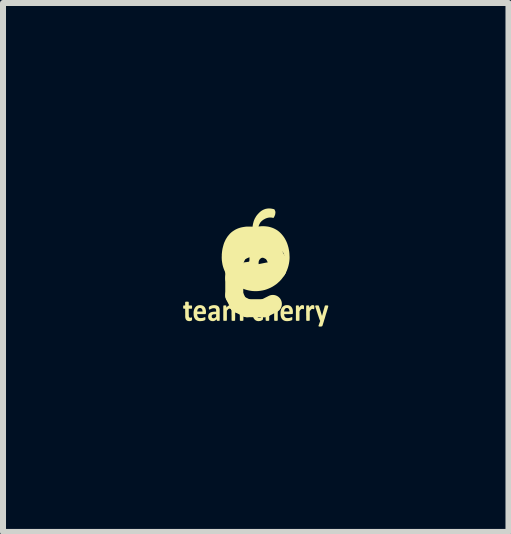
<source format=kicad_pcb>
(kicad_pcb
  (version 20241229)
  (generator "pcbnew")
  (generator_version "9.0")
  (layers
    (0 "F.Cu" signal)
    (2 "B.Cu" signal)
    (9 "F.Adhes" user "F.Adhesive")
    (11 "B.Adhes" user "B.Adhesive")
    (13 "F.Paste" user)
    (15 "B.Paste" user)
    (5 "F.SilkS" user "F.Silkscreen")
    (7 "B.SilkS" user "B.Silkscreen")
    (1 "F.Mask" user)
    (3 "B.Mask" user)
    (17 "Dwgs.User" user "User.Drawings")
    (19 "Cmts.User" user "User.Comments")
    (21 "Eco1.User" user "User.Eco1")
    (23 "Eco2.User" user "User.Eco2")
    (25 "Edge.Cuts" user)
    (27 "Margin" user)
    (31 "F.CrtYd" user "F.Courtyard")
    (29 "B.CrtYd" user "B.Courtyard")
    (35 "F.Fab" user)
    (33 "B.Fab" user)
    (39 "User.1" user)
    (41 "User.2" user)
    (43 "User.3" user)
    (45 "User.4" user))
  (footprint "e"
    (layer "F.Cu")
    (at 1.208 1.404)
    (property "Reference" "e" (at 0 0 0) (layer "F.SilkS") (effects (font (size 1.5 1.5) (thickness 0.3))))
    (attr board_only exclude_from_pos_files exclude_from_bom)
    (fp_poly (pts (xy 0.783 0.627) (xy 0.79 0.628) (xy 0.796 0.63) (xy 0.8 0.633) (xy 0.802 0.635) (xy 0.802 0.638) (xy 0.803 0.642) (xy 0.804 0.648) (xy 0.804 0.655) (xy 0.804 0.662) (xy 0.804 0.669) (xy 0.804 0.676) (xy 0.803 0.682) (xy 0.803 0.687) (xy 0.802 0.69) (xy 0.802 0.69) (xy 0.8 0.693) (xy 0.799 0.694) (xy 0.796 0.695) (xy 0.793 0.694) (xy 0.789 0.693) (xy 0.787 0.693) (xy 0.779 0.69) (xy 0.772 0.689) (xy 0.767 0.69) (xy 0.76 0.693) (xy 0.752 0.698) (xy 0.745 0.706) (xy 0.738 0.715) (xy 0.734 0.722) (xy 0.729 0.73) (xy 0.729 0.806) (xy 0.729 0.881) (xy 0.726 0.884) (xy 0.723 0.886) (xy 0.719 0.887) (xy 0.717 0.888) (xy 0.713 0.888) (xy 0.708 0.889) (xy 0.702 0.889) (xy 0.695 0.889) (xy 0.688 0.889) (xy 0.683 0.888) (xy 0.679 0.888) (xy 0.678 0.888) (xy 0.675 0.886) (xy 0.672 0.885) (xy 0.671 0.884) (xy 0.669 0.882) (xy 0.669 0.76) (xy 0.669 0.741) (xy 0.669 0.723) (xy 0.669 0.708) (xy 0.669 0.694) (xy 0.669 0.683) (xy 0.669 0.673) (xy 0.669 0.664) (xy 0.669 0.657) (xy 0.669 0.651) (xy 0.669 0.646) (xy 0.669 0.643) (xy 0.67 0.64) (xy 0.67 0.638) (xy 0.67 0.637) (xy 0.67 0.636) (xy 0.67 0.636) (xy 0.672 0.635) (xy 0.676 0.633) (xy 0.677 0.633) (xy 0.681 0.632) (xy 0.686 0.631) (xy 0.692 0.631) (xy 0.699 0.631) (xy 0.705 0.632) (xy 0.709 0.632) (xy 0.711 0.632) (xy 0.714 0.633) (xy 0.716 0.635) (xy 0.718 0.637) (xy 0.719 0.64) (xy 0.719 0.644) (xy 0.719 0.65) (xy 0.72 0.654) (xy 0.72 0.67) (xy 0.726 0.66) (xy 0.732 0.653) (xy 0.738 0.646) (xy 0.744 0.64) (xy 0.75 0.635) (xy 0.755 0.631) (xy 0.756 0.631) (xy 0.762 0.629) (xy 0.769 0.627) (xy 0.776 0.627)) (stroke (width 0) (type solid)) (fill yes) (layer "F.SilkS"))
    (fp_poly (pts (xy 0.961 0.628) (xy 0.968 0.631) (xy 0.97 0.632) (xy 0.972 0.634) (xy 0.974 0.636) (xy 0.975 0.638) (xy 0.975 0.642) (xy 0.976 0.648) (xy 0.976 0.655) (xy 0.976 0.664) (xy 0.976 0.665) (xy 0.976 0.674) (xy 0.975 0.682) (xy 0.974 0.687) (xy 0.973 0.691) (xy 0.972 0.693) (xy 0.969 0.695) (xy 0.966 0.695) (xy 0.962 0.694) (xy 0.958 0.692) (xy 0.949 0.69) (xy 0.941 0.69) (xy 0.934 0.692) (xy 0.933 0.692) (xy 0.928 0.696) (xy 0.922 0.701) (xy 0.917 0.707) (xy 0.911 0.714) (xy 0.907 0.72) (xy 0.9 0.731) (xy 0.9 0.806) (xy 0.9 0.821) (xy 0.9 0.834) (xy 0.9 0.845) (xy 0.9 0.855) (xy 0.9 0.862) (xy 0.9 0.868) (xy 0.9 0.873) (xy 0.9 0.877) (xy 0.899 0.88) (xy 0.899 0.882) (xy 0.898 0.884) (xy 0.897 0.885) (xy 0.896 0.885) (xy 0.895 0.886) (xy 0.894 0.886) (xy 0.893 0.887) (xy 0.891 0.887) (xy 0.887 0.888) (xy 0.882 0.888) (xy 0.876 0.888) (xy 0.87 0.889) (xy 0.864 0.889) (xy 0.858 0.889) (xy 0.854 0.888) (xy 0.851 0.888) (xy 0.846 0.886) (xy 0.842 0.883) (xy 0.842 0.882) (xy 0.841 0.881) (xy 0.841 0.877) (xy 0.841 0.872) (xy 0.841 0.865) (xy 0.841 0.856) (xy 0.841 0.846) (xy 0.841 0.835) (xy 0.841 0.823) (xy 0.841 0.81) (xy 0.84 0.796) (xy 0.84 0.782) (xy 0.84 0.768) (xy 0.84 0.754) (xy 0.84 0.739) (xy 0.84 0.725) (xy 0.84 0.711) (xy 0.84 0.698) (xy 0.84 0.686) (xy 0.84 0.675) (xy 0.841 0.665) (xy 0.841 0.656) (xy 0.841 0.649) (xy 0.841 0.643) (xy 0.841 0.639) (xy 0.841 0.638) (xy 0.841 0.638) (xy 0.843 0.635) (xy 0.847 0.633) (xy 0.854 0.632) (xy 0.857 0.631) (xy 0.864 0.631) (xy 0.871 0.631) (xy 0.877 0.632) (xy 0.883 0.633) (xy 0.887 0.634) (xy 0.888 0.635) (xy 0.889 0.636) (xy 0.89 0.637) (xy 0.89 0.638) (xy 0.891 0.641) (xy 0.891 0.645) (xy 0.891 0.65) (xy 0.891 0.653) (xy 0.892 0.67) (xy 0.899 0.66) (xy 0.904 0.653) (xy 0.91 0.646) (xy 0.917 0.64) (xy 0.922 0.635) (xy 0.928 0.631) (xy 0.928 0.631) (xy 0.936 0.628) (xy 0.944 0.627) (xy 0.953 0.627)) (stroke (width 0) (type solid)) (fill yes) (layer "F.SilkS"))
    (fp_poly (pts (xy 0.067 0.627) (xy 0.075 0.629) (xy 0.084 0.631) (xy 0.092 0.634) (xy 0.101 0.638) (xy 0.108 0.642) (xy 0.113 0.646) (xy 0.117 0.65) (xy 0.119 0.655) (xy 0.12 0.661) (xy 0.121 0.668) (xy 0.122 0.677) (xy 0.121 0.685) (xy 0.121 0.688) (xy 0.12 0.695) (xy 0.118 0.701) (xy 0.116 0.704) (xy 0.113 0.705) (xy 0.109 0.704) (xy 0.104 0.701) (xy 0.096 0.695) (xy 0.09 0.691) (xy 0.085 0.688) (xy 0.08 0.685) (xy 0.076 0.683) (xy 0.071 0.682) (xy 0.067 0.682) (xy 0.062 0.682) (xy 0.06 0.682) (xy 0.054 0.682) (xy 0.05 0.682) (xy 0.047 0.682) (xy 0.045 0.683) (xy 0.041 0.685) (xy 0.04 0.685) (xy 0.034 0.689) (xy 0.029 0.694) (xy 0.024 0.7) (xy 0.022 0.705) (xy 0.018 0.714) (xy 0.015 0.724) (xy 0.013 0.736) (xy 0.012 0.749) (xy 0.011 0.762) (xy 0.012 0.775) (xy 0.013 0.787) (xy 0.016 0.799) (xy 0.019 0.809) (xy 0.021 0.814) (xy 0.025 0.82) (xy 0.03 0.825) (xy 0.035 0.83) (xy 0.041 0.834) (xy 0.041 0.834) (xy 0.044 0.835) (xy 0.047 0.836) (xy 0.05 0.836) (xy 0.054 0.836) (xy 0.06 0.836) (xy 0.066 0.836) (xy 0.07 0.836) (xy 0.074 0.836) (xy 0.076 0.835) (xy 0.079 0.834) (xy 0.082 0.832) (xy 0.087 0.83) (xy 0.092 0.826) (xy 0.098 0.822) (xy 0.102 0.82) (xy 0.107 0.815) (xy 0.111 0.813) (xy 0.114 0.811) (xy 0.116 0.811) (xy 0.118 0.813) (xy 0.119 0.814) (xy 0.12 0.815) (xy 0.121 0.817) (xy 0.121 0.82) (xy 0.121 0.823) (xy 0.121 0.828) (xy 0.121 0.835) (xy 0.121 0.84) (xy 0.121 0.848) (xy 0.121 0.854) (xy 0.121 0.858) (xy 0.121 0.861) (xy 0.12 0.864) (xy 0.12 0.865) (xy 0.119 0.866) (xy 0.116 0.87) (xy 0.111 0.874) (xy 0.105 0.878) (xy 0.097 0.882) (xy 0.089 0.886) (xy 0.081 0.889) (xy 0.079 0.89) (xy 0.071 0.891) (xy 0.062 0.892) (xy 0.052 0.893) (xy 0.043 0.893) (xy 0.034 0.893) (xy 0.032 0.892) (xy 0.018 0.889) (xy 0.005 0.884) (xy -0.006 0.877) (xy -0.017 0.868) (xy -0.026 0.857) (xy -0.034 0.845) (xy -0.04 0.831) (xy -0.041 0.829) (xy -0.043 0.821) (xy -0.045 0.814) (xy -0.047 0.807) (xy -0.048 0.799) (xy -0.048 0.791) (xy -0.049 0.781) (xy -0.049 0.77) (xy -0.049 0.764) (xy -0.049 0.753) (xy -0.049 0.743) (xy -0.048 0.735) (xy -0.048 0.728) (xy -0.047 0.722) (xy -0.045 0.715) (xy -0.044 0.709) (xy -0.042 0.702) (xy -0.036 0.687) (xy -0.029 0.673) (xy -0.02 0.661) (xy -0.01 0.65) (xy 0.001 0.642) (xy 0.014 0.635) (xy 0.025 0.631) (xy 0.035 0.629) (xy 0.046 0.627) (xy 0.057 0.627)) (stroke (width 0) (type solid)) (fill yes) (layer "F.SilkS"))
    (fp_poly (pts (xy -0.916 0.627) (xy -0.908 0.628) (xy -0.903 0.629) (xy -0.889 0.633) (xy -0.876 0.638) (xy -0.865 0.646) (xy -0.855 0.655) (xy -0.847 0.666) (xy -0.84 0.678) (xy -0.835 0.693) (xy -0.831 0.708) (xy -0.829 0.72) (xy -0.829 0.726) (xy -0.828 0.733) (xy -0.828 0.741) (xy -0.828 0.748) (xy -0.828 0.748) (xy -0.828 0.756) (xy -0.829 0.762) (xy -0.83 0.766) (xy -0.831 0.769) (xy -0.833 0.772) (xy -0.836 0.774) (xy -0.837 0.775) (xy -0.841 0.777) (xy -0.908 0.777) (xy -0.975 0.777) (xy -0.974 0.785) (xy -0.972 0.798) (xy -0.969 0.81) (xy -0.965 0.819) (xy -0.959 0.828) (xy -0.951 0.834) (xy -0.942 0.839) (xy -0.932 0.842) (xy -0.926 0.842) (xy -0.919 0.843) (xy -0.91 0.842) (xy -0.9 0.842) (xy -0.891 0.84) (xy -0.882 0.839) (xy -0.873 0.836) (xy -0.862 0.832) (xy -0.86 0.831) (xy -0.854 0.829) (xy -0.849 0.828) (xy -0.846 0.827) (xy -0.844 0.827) (xy -0.842 0.828) (xy -0.841 0.829) (xy -0.84 0.83) (xy -0.839 0.832) (xy -0.839 0.834) (xy -0.839 0.838) (xy -0.838 0.843) (xy -0.838 0.849) (xy -0.838 0.855) (xy -0.838 0.86) (xy -0.838 0.864) (xy -0.839 0.866) (xy -0.839 0.868) (xy -0.84 0.87) (xy -0.841 0.871) (xy -0.843 0.874) (xy -0.846 0.877) (xy -0.851 0.88) (xy -0.857 0.882) (xy -0.865 0.885) (xy -0.874 0.888) (xy -0.883 0.89) (xy -0.892 0.891) (xy -0.902 0.892) (xy -0.912 0.893) (xy -0.918 0.893) (xy -0.925 0.893) (xy -0.931 0.893) (xy -0.936 0.893) (xy -0.939 0.893) (xy -0.941 0.893) (xy -0.941 0.893) (xy -0.943 0.893) (xy -0.946 0.892) (xy -0.95 0.891) (xy -0.951 0.891) (xy -0.966 0.888) (xy -0.979 0.882) (xy -0.991 0.875) (xy -1.002 0.867) (xy -1.011 0.856) (xy -1.019 0.844) (xy -1.019 0.843) (xy -1.024 0.834) (xy -1.027 0.825) (xy -1.03 0.815) (xy -1.032 0.805) (xy -1.033 0.794) (xy -1.034 0.781) (xy -1.034 0.771) (xy -1.035 0.759) (xy -1.034 0.748) (xy -1.034 0.739) (xy -1.033 0.734) (xy -0.974 0.734) (xy -0.93 0.734) (xy -0.885 0.734) (xy -0.886 0.724) (xy -0.888 0.712) (xy -0.89 0.701) (xy -0.894 0.693) (xy -0.9 0.686) (xy -0.906 0.68) (xy -0.91 0.678) (xy -0.916 0.676) (xy -0.923 0.675) (xy -0.931 0.674) (xy -0.939 0.675) (xy -0.943 0.677) (xy -0.951 0.681) (xy -0.958 0.687) (xy -0.964 0.694) (xy -0.968 0.704) (xy -0.972 0.714) (xy -0.973 0.725) (xy -0.973 0.725) (xy -0.974 0.734) (xy -1.033 0.734) (xy -1.033 0.73) (xy -1.031 0.722) (xy -1.029 0.713) (xy -1.029 0.711) (xy -1.024 0.695) (xy -1.017 0.68) (xy -1.009 0.667) (xy -1 0.656) (xy -0.99 0.646) (xy -0.978 0.638) (xy -0.965 0.633) (xy -0.951 0.629) (xy -0.943 0.628) (xy -0.934 0.627) (xy -0.925 0.627)) (stroke (width 0) (type solid)) (fill yes) (layer "F.SilkS"))
    (fp_poly (pts (xy -1.136 0.569) (xy -1.13 0.569) (xy -1.125 0.57) (xy -1.121 0.572) (xy -1.118 0.573) (xy -1.117 0.575) (xy -1.116 0.576) (xy -1.116 0.577) (xy -1.115 0.579) (xy -1.115 0.581) (xy -1.115 0.585) (xy -1.115 0.589) (xy -1.115 0.596) (xy -1.115 0.605) (xy -1.115 0.605) (xy -1.115 0.633) (xy -1.091 0.633) (xy -1.083 0.633) (xy -1.077 0.633) (xy -1.072 0.633) (xy -1.069 0.633) (xy -1.067 0.633) (xy -1.066 0.634) (xy -1.065 0.634) (xy -1.064 0.635) (xy -1.063 0.637) (xy -1.061 0.64) (xy -1.061 0.644) (xy -1.06 0.649) (xy -1.06 0.656) (xy -1.06 0.659) (xy -1.06 0.667) (xy -1.061 0.673) (xy -1.061 0.677) (xy -1.062 0.68) (xy -1.064 0.683) (xy -1.064 0.684) (xy -1.066 0.687) (xy -1.091 0.687) (xy -1.115 0.687) (xy -1.115 0.751) (xy -1.115 0.765) (xy -1.114 0.776) (xy -1.114 0.786) (xy -1.114 0.794) (xy -1.114 0.801) (xy -1.114 0.806) (xy -1.114 0.81) (xy -1.114 0.813) (xy -1.113 0.816) (xy -1.113 0.818) (xy -1.113 0.819) (xy -1.112 0.821) (xy -1.112 0.821) (xy -1.109 0.828) (xy -1.104 0.832) (xy -1.098 0.835) (xy -1.091 0.837) (xy -1.083 0.836) (xy -1.074 0.833) (xy -1.072 0.832) (xy -1.068 0.831) (xy -1.065 0.831) (xy -1.063 0.832) (xy -1.062 0.836) (xy -1.061 0.841) (xy -1.06 0.846) (xy -1.06 0.853) (xy -1.06 0.86) (xy -1.06 0.867) (xy -1.061 0.873) (xy -1.062 0.877) (xy -1.062 0.877) (xy -1.065 0.881) (xy -1.069 0.885) (xy -1.076 0.888) (xy -1.085 0.891) (xy -1.095 0.892) (xy -1.1 0.893) (xy -1.104 0.893) (xy -1.107 0.893) (xy -1.11 0.893) (xy -1.114 0.893) (xy -1.118 0.892) (xy -1.13 0.89) (xy -1.14 0.886) (xy -1.15 0.88) (xy -1.157 0.873) (xy -1.164 0.863) (xy -1.168 0.852) (xy -1.172 0.841) (xy -1.172 0.839) (xy -1.172 0.837) (xy -1.173 0.835) (xy -1.173 0.832) (xy -1.173 0.828) (xy -1.174 0.824) (xy -1.174 0.819) (xy -1.174 0.813) (xy -1.174 0.806) (xy -1.174 0.797) (xy -1.174 0.787) (xy -1.174 0.774) (xy -1.174 0.76) (xy -1.174 0.759) (xy -1.175 0.687) (xy -1.189 0.687) (xy -1.203 0.686) (xy -1.206 0.682) (xy -1.207 0.68) (xy -1.207 0.678) (xy -1.208 0.675) (xy -1.208 0.67) (xy -1.208 0.664) (xy -1.208 0.663) (xy -1.208 0.653) (xy -1.208 0.646) (xy -1.207 0.64) (xy -1.206 0.636) (xy -1.204 0.635) (xy -1.203 0.634) (xy -1.202 0.633) (xy -1.199 0.633) (xy -1.195 0.633) (xy -1.189 0.633) (xy -1.189 0.633) (xy -1.175 0.633) (xy -1.175 0.605) (xy -1.175 0.596) (xy -1.175 0.59) (xy -1.175 0.585) (xy -1.174 0.581) (xy -1.174 0.579) (xy -1.174 0.577) (xy -1.173 0.576) (xy -1.172 0.575) (xy -1.172 0.575) (xy -1.17 0.572) (xy -1.167 0.571) (xy -1.163 0.57) (xy -1.157 0.569) (xy -1.149 0.569) (xy -1.145 0.569)) (stroke (width 0) (type solid)) (fill yes) (layer "F.SilkS"))
    (fp_poly (pts (xy 0.203 0.518) (xy 0.21 0.519) (xy 0.215 0.52) (xy 0.219 0.521) (xy 0.222 0.523) (xy 0.225 0.525) (xy 0.225 0.593) (xy 0.225 0.66) (xy 0.233 0.652) (xy 0.244 0.643) (xy 0.255 0.636) (xy 0.266 0.631) (xy 0.272 0.629) (xy 0.278 0.627) (xy 0.286 0.627) (xy 0.294 0.627) (xy 0.302 0.627) (xy 0.309 0.628) (xy 0.31 0.629) (xy 0.322 0.633) (xy 0.332 0.639) (xy 0.341 0.646) (xy 0.349 0.656) (xy 0.355 0.667) (xy 0.36 0.68) (xy 0.364 0.695) (xy 0.366 0.711) (xy 0.366 0.715) (xy 0.366 0.721) (xy 0.367 0.729) (xy 0.367 0.739) (xy 0.367 0.751) (xy 0.367 0.763) (xy 0.367 0.778) (xy 0.367 0.793) (xy 0.367 0.803) (xy 0.367 0.818) (xy 0.367 0.831) (xy 0.367 0.843) (xy 0.367 0.852) (xy 0.367 0.86) (xy 0.367 0.866) (xy 0.367 0.872) (xy 0.367 0.875) (xy 0.366 0.878) (xy 0.366 0.88) (xy 0.366 0.882) (xy 0.366 0.883) (xy 0.365 0.883) (xy 0.363 0.885) (xy 0.359 0.887) (xy 0.353 0.888) (xy 0.346 0.889) (xy 0.336 0.889) (xy 0.334 0.889) (xy 0.327 0.889) (xy 0.321 0.888) (xy 0.317 0.888) (xy 0.314 0.887) (xy 0.312 0.885) (xy 0.309 0.884) (xy 0.309 0.884) (xy 0.309 0.883) (xy 0.308 0.882) (xy 0.308 0.881) (xy 0.308 0.879) (xy 0.308 0.877) (xy 0.308 0.873) (xy 0.307 0.869) (xy 0.307 0.863) (xy 0.307 0.855) (xy 0.307 0.846) (xy 0.307 0.836) (xy 0.307 0.823) (xy 0.307 0.809) (xy 0.307 0.808) (xy 0.307 0.793) (xy 0.307 0.779) (xy 0.307 0.766) (xy 0.307 0.754) (xy 0.307 0.744) (xy 0.307 0.736) (xy 0.306 0.73) (xy 0.306 0.726) (xy 0.306 0.724) (xy 0.304 0.713) (xy 0.301 0.704) (xy 0.296 0.696) (xy 0.29 0.691) (xy 0.283 0.687) (xy 0.276 0.685) (xy 0.272 0.685) (xy 0.267 0.685) (xy 0.263 0.686) (xy 0.258 0.688) (xy 0.252 0.692) (xy 0.246 0.697) (xy 0.239 0.704) (xy 0.232 0.712) (xy 0.231 0.713) (xy 0.225 0.721) (xy 0.225 0.802) (xy 0.225 0.882) (xy 0.222 0.884) (xy 0.22 0.886) (xy 0.216 0.887) (xy 0.215 0.888) (xy 0.211 0.888) (xy 0.205 0.889) (xy 0.198 0.889) (xy 0.192 0.889) (xy 0.185 0.889) (xy 0.179 0.888) (xy 0.175 0.887) (xy 0.175 0.887) (xy 0.171 0.886) (xy 0.168 0.884) (xy 0.167 0.883) (xy 0.167 0.883) (xy 0.166 0.882) (xy 0.166 0.881) (xy 0.166 0.88) (xy 0.166 0.878) (xy 0.166 0.876) (xy 0.166 0.873) (xy 0.165 0.869) (xy 0.165 0.864) (xy 0.165 0.858) (xy 0.165 0.851) (xy 0.165 0.843) (xy 0.165 0.834) (xy 0.165 0.823) (xy 0.165 0.81) (xy 0.165 0.796) (xy 0.165 0.78) (xy 0.165 0.762) (xy 0.165 0.742) (xy 0.165 0.72) (xy 0.165 0.703) (xy 0.165 0.525) (xy 0.168 0.523) (xy 0.171 0.521) (xy 0.175 0.52) (xy 0.181 0.519) (xy 0.188 0.518) (xy 0.195 0.518)) (stroke (width 0) (type solid)) (fill yes) (layer "F.SilkS"))
    (fp_poly (pts (xy 0.536 0.627) (xy 0.549 0.629) (xy 0.56 0.633) (xy 0.571 0.638) (xy 0.581 0.645) (xy 0.587 0.65) (xy 0.596 0.66) (xy 0.603 0.67) (xy 0.609 0.682) (xy 0.614 0.695) (xy 0.617 0.709) (xy 0.619 0.726) (xy 0.619 0.743) (xy 0.619 0.751) (xy 0.619 0.756) (xy 0.619 0.76) (xy 0.619 0.763) (xy 0.618 0.765) (xy 0.618 0.767) (xy 0.617 0.767) (xy 0.615 0.771) (xy 0.612 0.774) (xy 0.612 0.774) (xy 0.611 0.775) (xy 0.61 0.775) (xy 0.609 0.775) (xy 0.608 0.776) (xy 0.605 0.776) (xy 0.602 0.776) (xy 0.598 0.776) (xy 0.593 0.776) (xy 0.586 0.777) (xy 0.578 0.777) (xy 0.568 0.777) (xy 0.557 0.777) (xy 0.543 0.777) (xy 0.541 0.777) (xy 0.473 0.777) (xy 0.474 0.786) (xy 0.476 0.799) (xy 0.479 0.81) (xy 0.483 0.82) (xy 0.489 0.828) (xy 0.497 0.834) (xy 0.505 0.839) (xy 0.514 0.841) (xy 0.518 0.842) (xy 0.522 0.842) (xy 0.527 0.842) (xy 0.534 0.842) (xy 0.538 0.842) (xy 0.547 0.842) (xy 0.555 0.841) (xy 0.562 0.84) (xy 0.57 0.838) (xy 0.578 0.835) (xy 0.586 0.832) (xy 0.593 0.829) (xy 0.598 0.828) (xy 0.601 0.827) (xy 0.604 0.827) (xy 0.606 0.828) (xy 0.607 0.829) (xy 0.607 0.83) (xy 0.608 0.831) (xy 0.609 0.833) (xy 0.609 0.836) (xy 0.609 0.841) (xy 0.609 0.846) (xy 0.609 0.85) (xy 0.609 0.858) (xy 0.609 0.864) (xy 0.608 0.869) (xy 0.607 0.872) (xy 0.605 0.875) (xy 0.602 0.877) (xy 0.599 0.879) (xy 0.591 0.882) (xy 0.582 0.885) (xy 0.571 0.888) (xy 0.562 0.89) (xy 0.555 0.891) (xy 0.547 0.892) (xy 0.537 0.893) (xy 0.527 0.893) (xy 0.518 0.893) (xy 0.509 0.893) (xy 0.502 0.892) (xy 0.5 0.892) (xy 0.485 0.889) (xy 0.472 0.884) (xy 0.46 0.878) (xy 0.449 0.87) (xy 0.444 0.864) (xy 0.436 0.855) (xy 0.429 0.844) (xy 0.423 0.831) (xy 0.419 0.817) (xy 0.415 0.801) (xy 0.415 0.798) (xy 0.414 0.791) (xy 0.413 0.782) (xy 0.413 0.772) (xy 0.413 0.761) (xy 0.413 0.751) (xy 0.413 0.742) (xy 0.414 0.734) (xy 0.473 0.734) (xy 0.517 0.734) (xy 0.561 0.734) (xy 0.561 0.725) (xy 0.561 0.714) (xy 0.558 0.704) (xy 0.554 0.695) (xy 0.549 0.687) (xy 0.543 0.681) (xy 0.538 0.678) (xy 0.535 0.677) (xy 0.532 0.676) (xy 0.529 0.675) (xy 0.525 0.675) (xy 0.519 0.675) (xy 0.519 0.675) (xy 0.513 0.675) (xy 0.509 0.675) (xy 0.506 0.676) (xy 0.504 0.676) (xy 0.501 0.678) (xy 0.501 0.678) (xy 0.493 0.683) (xy 0.486 0.691) (xy 0.481 0.7) (xy 0.477 0.71) (xy 0.474 0.722) (xy 0.474 0.727) (xy 0.473 0.734) (xy 0.414 0.734) (xy 0.414 0.734) (xy 0.414 0.732) (xy 0.418 0.714) (xy 0.423 0.697) (xy 0.429 0.682) (xy 0.437 0.669) (xy 0.447 0.657) (xy 0.448 0.655) (xy 0.459 0.646) (xy 0.47 0.639) (xy 0.481 0.633) (xy 0.494 0.629) (xy 0.508 0.627) (xy 0.521 0.627)) (stroke (width 0) (type solid)) (fill yes) (layer "F.SilkS"))
    (fp_poly (pts (xy -0.679 0.627) (xy -0.665 0.629) (xy -0.653 0.631) (xy -0.642 0.635) (xy -0.633 0.64) (xy -0.624 0.646) (xy -0.622 0.649) (xy -0.616 0.655) (xy -0.611 0.662) (xy -0.608 0.669) (xy -0.604 0.679) (xy -0.603 0.682) (xy -0.6 0.693) (xy -0.6 0.788) (xy -0.6 0.884) (xy -0.604 0.886) (xy -0.605 0.887) (xy -0.607 0.888) (xy -0.61 0.888) (xy -0.614 0.889) (xy -0.62 0.889) (xy -0.629 0.889) (xy -0.635 0.889) (xy -0.64 0.888) (xy -0.644 0.887) (xy -0.646 0.886) (xy -0.646 0.885) (xy -0.647 0.884) (xy -0.648 0.882) (xy -0.648 0.879) (xy -0.648 0.875) (xy -0.648 0.873) (xy -0.648 0.868) (xy -0.648 0.864) (xy -0.649 0.862) (xy -0.649 0.862) (xy -0.65 0.863) (xy -0.652 0.865) (xy -0.655 0.867) (xy -0.657 0.869) (xy -0.668 0.878) (xy -0.679 0.885) (xy -0.69 0.89) (xy -0.694 0.891) (xy -0.698 0.892) (xy -0.702 0.893) (xy -0.707 0.893) (xy -0.713 0.893) (xy -0.723 0.893) (xy -0.731 0.892) (xy -0.735 0.892) (xy -0.748 0.888) (xy -0.759 0.882) (xy -0.769 0.875) (xy -0.777 0.867) (xy -0.783 0.857) (xy -0.788 0.846) (xy -0.79 0.838) (xy -0.791 0.83) (xy -0.792 0.82) (xy -0.792 0.812) (xy -0.733 0.812) (xy -0.733 0.819) (xy -0.732 0.827) (xy -0.728 0.833) (xy -0.727 0.836) (xy -0.722 0.84) (xy -0.717 0.843) (xy -0.711 0.845) (xy -0.704 0.846) (xy -0.701 0.846) (xy -0.695 0.845) (xy -0.691 0.844) (xy -0.687 0.843) (xy -0.685 0.842) (xy -0.68 0.839) (xy -0.673 0.834) (xy -0.668 0.829) (xy -0.659 0.819) (xy -0.659 0.799) (xy -0.659 0.778) (xy -0.676 0.778) (xy -0.688 0.779) (xy -0.698 0.779) (xy -0.707 0.781) (xy -0.714 0.784) (xy -0.72 0.787) (xy -0.725 0.791) (xy -0.726 0.791) (xy -0.73 0.797) (xy -0.732 0.804) (xy -0.733 0.812) (xy -0.792 0.812) (xy -0.792 0.811) (xy -0.791 0.802) (xy -0.79 0.797) (xy -0.787 0.785) (xy -0.781 0.774) (xy -0.774 0.765) (xy -0.765 0.757) (xy -0.754 0.75) (xy -0.741 0.744) (xy -0.736 0.743) (xy -0.727 0.74) (xy -0.717 0.739) (xy -0.706 0.737) (xy -0.693 0.736) (xy -0.681 0.736) (xy -0.658 0.735) (xy -0.659 0.719) (xy -0.659 0.711) (xy -0.66 0.704) (xy -0.661 0.699) (xy -0.663 0.695) (xy -0.665 0.691) (xy -0.667 0.688) (xy -0.671 0.684) (xy -0.676 0.681) (xy -0.683 0.679) (xy -0.691 0.678) (xy -0.695 0.678) (xy -0.701 0.678) (xy -0.707 0.678) (xy -0.712 0.679) (xy -0.715 0.679) (xy -0.722 0.68) (xy -0.73 0.683) (xy -0.738 0.687) (xy -0.747 0.691) (xy -0.755 0.695) (xy -0.761 0.698) (xy -0.766 0.7) (xy -0.769 0.701) (xy -0.772 0.701) (xy -0.774 0.7) (xy -0.775 0.698) (xy -0.778 0.693) (xy -0.78 0.686) (xy -0.78 0.678) (xy -0.78 0.671) (xy -0.78 0.666) (xy -0.78 0.662) (xy -0.779 0.659) (xy -0.778 0.657) (xy -0.777 0.655) (xy -0.773 0.651) (xy -0.766 0.646) (xy -0.758 0.642) (xy -0.749 0.637) (xy -0.738 0.634) (xy -0.73 0.631) (xy -0.713 0.628) (xy -0.695 0.627)) (stroke (width 0) (type solid)) (fill yes) (layer "F.SilkS"))
    (fp_poly (pts (xy 1.026 0.631) (xy 1.033 0.631) (xy 1.038 0.632) (xy 1.042 0.632) (xy 1.044 0.633) (xy 1.046 0.634) (xy 1.048 0.635) (xy 1.048 0.636) (xy 1.049 0.636) (xy 1.05 0.638) (xy 1.051 0.64) (xy 1.052 0.643) (xy 1.053 0.647) (xy 1.055 0.652) (xy 1.057 0.658) (xy 1.06 0.666) (xy 1.063 0.675) (xy 1.066 0.686) (xy 1.07 0.698) (xy 1.075 0.713) (xy 1.077 0.721) (xy 1.082 0.736) (xy 1.086 0.75) (xy 1.09 0.762) (xy 1.093 0.772) (xy 1.095 0.78) (xy 1.098 0.787) (xy 1.099 0.792) (xy 1.101 0.797) (xy 1.102 0.8) (xy 1.103 0.802) (xy 1.103 0.804) (xy 1.104 0.805) (xy 1.104 0.806) (xy 1.104 0.806) (xy 1.104 0.806) (xy 1.104 0.805) (xy 1.104 0.805) (xy 1.104 0.804) (xy 1.105 0.801) (xy 1.107 0.796) (xy 1.109 0.789) (xy 1.111 0.781) (xy 1.114 0.772) (xy 1.117 0.761) (xy 1.12 0.75) (xy 1.123 0.737) (xy 1.127 0.724) (xy 1.127 0.723) (xy 1.131 0.71) (xy 1.134 0.698) (xy 1.138 0.686) (xy 1.141 0.675) (xy 1.144 0.665) (xy 1.146 0.656) (xy 1.148 0.649) (xy 1.15 0.644) (xy 1.151 0.64) (xy 1.152 0.638) (xy 1.153 0.636) (xy 1.155 0.634) (xy 1.158 0.633) (xy 1.163 0.632) (xy 1.169 0.631) (xy 1.177 0.631) (xy 1.178 0.631) (xy 1.186 0.631) (xy 1.193 0.632) (xy 1.198 0.633) (xy 1.202 0.634) (xy 1.205 0.636) (xy 1.206 0.637) (xy 1.207 0.637) (xy 1.207 0.638) (xy 1.208 0.639) (xy 1.208 0.641) (xy 1.208 0.643) (xy 1.208 0.645) (xy 1.208 0.648) (xy 1.207 0.652) (xy 1.206 0.657) (xy 1.205 0.662) (xy 1.203 0.669) (xy 1.2 0.678) (xy 1.197 0.687) (xy 1.194 0.699) (xy 1.19 0.712) (xy 1.186 0.726) (xy 1.181 0.743) (xy 1.176 0.758) (xy 1.168 0.784) (xy 1.161 0.808) (xy 1.155 0.83) (xy 1.149 0.85) (xy 1.143 0.868) (xy 1.138 0.884) (xy 1.134 0.899) (xy 1.13 0.912) (xy 1.126 0.923) (xy 1.123 0.934) (xy 1.12 0.942) (xy 1.118 0.95) (xy 1.116 0.956) (xy 1.114 0.961) (xy 1.113 0.965) (xy 1.112 0.969) (xy 1.111 0.971) (xy 1.111 0.973) (xy 1.11 0.973) (xy 1.11 0.974) (xy 1.107 0.977) (xy 1.102 0.98) (xy 1.096 0.982) (xy 1.095 0.982) (xy 1.091 0.983) (xy 1.085 0.983) (xy 1.078 0.984) (xy 1.072 0.984) (xy 1.065 0.984) (xy 1.06 0.983) (xy 1.056 0.983) (xy 1.056 0.983) (xy 1.05 0.981) (xy 1.047 0.978) (xy 1.045 0.974) (xy 1.045 0.971) (xy 1.046 0.969) (xy 1.047 0.966) (xy 1.049 0.961) (xy 1.051 0.954) (xy 1.054 0.947) (xy 1.057 0.938) (xy 1.06 0.929) (xy 1.06 0.929) (xy 1.063 0.92) (xy 1.066 0.912) (xy 1.069 0.904) (xy 1.071 0.898) (xy 1.073 0.893) (xy 1.074 0.89) (xy 1.074 0.888) (xy 1.074 0.888) (xy 1.073 0.887) (xy 1.072 0.885) (xy 1.071 0.884) (xy 1.07 0.883) (xy 1.07 0.882) (xy 1.069 0.88) (xy 1.068 0.878) (xy 1.066 0.875) (xy 1.065 0.871) (xy 1.063 0.866) (xy 1.061 0.86) (xy 1.058 0.853) (xy 1.055 0.844) (xy 1.052 0.834) (xy 1.048 0.822) (xy 1.043 0.808) (xy 1.038 0.793) (xy 1.032 0.775) (xy 1.029 0.765) (xy 1.024 0.75) (xy 1.019 0.735) (xy 1.014 0.72) (xy 1.01 0.707) (xy 1.006 0.694) (xy 1.002 0.683) (xy 0.999 0.673) (xy 0.996 0.664) (xy 0.994 0.657) (xy 0.992 0.652) (xy 0.991 0.648) (xy 0.99 0.647) (xy 0.99 0.647) (xy 0.99 0.642) (xy 0.992 0.637) (xy 0.995 0.634) (xy 0.995 0.634) (xy 0.999 0.633) (xy 1.004 0.632) (xy 1.011 0.631) (xy 1.018 0.631)) (stroke (width 0) (type solid)) (fill yes) (layer "F.SilkS"))
    (fp_poly (pts (xy -0.403 0.628) (xy -0.391 0.631) (xy -0.381 0.636) (xy -0.371 0.642) (xy -0.363 0.651) (xy -0.356 0.661) (xy -0.356 0.662) (xy -0.352 0.669) (xy -0.345 0.661) (xy -0.334 0.651) (xy -0.323 0.642) (xy -0.312 0.635) (xy -0.301 0.63) (xy -0.3 0.63) (xy -0.294 0.628) (xy -0.289 0.627) (xy -0.284 0.627) (xy -0.279 0.627) (xy -0.266 0.628) (xy -0.254 0.63) (xy -0.244 0.635) (xy -0.234 0.642) (xy -0.226 0.65) (xy -0.219 0.66) (xy -0.213 0.672) (xy -0.209 0.686) (xy -0.207 0.695) (xy -0.207 0.697) (xy -0.206 0.699) (xy -0.206 0.702) (xy -0.206 0.705) (xy -0.206 0.71) (xy -0.206 0.715) (xy -0.205 0.721) (xy -0.205 0.729) (xy -0.205 0.738) (xy -0.205 0.749) (xy -0.205 0.762) (xy -0.205 0.776) (xy -0.205 0.792) (xy -0.205 0.808) (xy -0.205 0.823) (xy -0.205 0.835) (xy -0.205 0.845) (xy -0.205 0.854) (xy -0.205 0.861) (xy -0.205 0.867) (xy -0.205 0.872) (xy -0.205 0.876) (xy -0.205 0.878) (xy -0.205 0.88) (xy -0.206 0.882) (xy -0.206 0.882) (xy -0.206 0.883) (xy -0.209 0.885) (xy -0.213 0.887) (xy -0.219 0.888) (xy -0.227 0.889) (xy -0.234 0.889) (xy -0.243 0.889) (xy -0.25 0.888) (xy -0.256 0.887) (xy -0.26 0.886) (xy -0.262 0.884) (xy -0.262 0.884) (xy -0.263 0.883) (xy -0.263 0.882) (xy -0.263 0.881) (xy -0.264 0.879) (xy -0.264 0.876) (xy -0.264 0.872) (xy -0.264 0.868) (xy -0.264 0.862) (xy -0.264 0.855) (xy -0.264 0.846) (xy -0.264 0.835) (xy -0.264 0.823) (xy -0.265 0.808) (xy -0.265 0.801) (xy -0.265 0.785) (xy -0.265 0.772) (xy -0.265 0.76) (xy -0.265 0.75) (xy -0.265 0.742) (xy -0.265 0.735) (xy -0.265 0.729) (xy -0.265 0.725) (xy -0.266 0.721) (xy -0.266 0.719) (xy -0.266 0.717) (xy -0.267 0.715) (xy -0.267 0.714) (xy -0.27 0.704) (xy -0.275 0.696) (xy -0.28 0.691) (xy -0.287 0.687) (xy -0.294 0.685) (xy -0.297 0.685) (xy -0.304 0.686) (xy -0.31 0.688) (xy -0.316 0.692) (xy -0.323 0.698) (xy -0.33 0.705) (xy -0.335 0.711) (xy -0.342 0.72) (xy -0.342 0.799) (xy -0.342 0.816) (xy -0.342 0.83) (xy -0.342 0.843) (xy -0.343 0.855) (xy -0.343 0.864) (xy -0.343 0.872) (xy -0.343 0.877) (xy -0.343 0.881) (xy -0.343 0.882) (xy -0.345 0.884) (xy -0.347 0.886) (xy -0.351 0.887) (xy -0.356 0.888) (xy -0.363 0.888) (xy -0.369 0.889) (xy -0.379 0.889) (xy -0.387 0.888) (xy -0.393 0.887) (xy -0.397 0.886) (xy -0.4 0.884) (xy -0.4 0.884) (xy -0.4 0.883) (xy -0.401 0.882) (xy -0.401 0.881) (xy -0.401 0.879) (xy -0.402 0.876) (xy -0.402 0.873) (xy -0.402 0.868) (xy -0.402 0.862) (xy -0.402 0.855) (xy -0.402 0.846) (xy -0.402 0.835) (xy -0.402 0.823) (xy -0.402 0.808) (xy -0.402 0.801) (xy -0.403 0.786) (xy -0.403 0.772) (xy -0.403 0.761) (xy -0.403 0.751) (xy -0.403 0.742) (xy -0.403 0.736) (xy -0.403 0.73) (xy -0.403 0.725) (xy -0.404 0.722) (xy -0.404 0.719) (xy -0.404 0.717) (xy -0.404 0.715) (xy -0.405 0.714) (xy -0.408 0.704) (xy -0.412 0.697) (xy -0.418 0.691) (xy -0.425 0.687) (xy -0.428 0.686) (xy -0.434 0.685) (xy -0.441 0.686) (xy -0.448 0.688) (xy -0.455 0.692) (xy -0.462 0.699) (xy -0.469 0.707) (xy -0.473 0.711) (xy -0.48 0.72) (xy -0.48 0.799) (xy -0.48 0.816) (xy -0.48 0.83) (xy -0.48 0.843) (xy -0.48 0.855) (xy -0.48 0.864) (xy -0.481 0.872) (xy -0.481 0.877) (xy -0.481 0.881) (xy -0.481 0.882) (xy -0.482 0.884) (xy -0.485 0.886) (xy -0.488 0.887) (xy -0.493 0.888) (xy -0.499 0.888) (xy -0.507 0.889) (xy -0.508 0.889) (xy -0.515 0.889) (xy -0.521 0.888) (xy -0.526 0.888) (xy -0.529 0.888) (xy -0.53 0.888) (xy -0.534 0.886) (xy -0.537 0.885) (xy -0.537 0.884) (xy -0.54 0.882) (xy -0.54 0.76) (xy -0.54 0.74) (xy -0.54 0.723) (xy -0.54 0.708) (xy -0.54 0.695) (xy -0.54 0.683) (xy -0.54 0.674) (xy -0.54 0.665) (xy -0.54 0.658) (xy -0.54 0.652) (xy -0.539 0.648) (xy -0.539 0.644) (xy -0.539 0.641) (xy -0.539 0.639) (xy -0.539 0.638) (xy -0.539 0.637) (xy -0.538 0.636) (xy -0.538 0.636) (xy -0.538 0.636) (xy -0.535 0.634) (xy -0.532 0.633) (xy -0.527 0.632) (xy -0.521 0.631) (xy -0.515 0.631) (xy -0.506 0.631) (xy -0.499 0.632) (xy -0.494 0.634) (xy -0.491 0.636) (xy -0.49 0.637) (xy -0.49 0.639) (xy -0.489 0.643) (xy -0.489 0.647) (xy -0.489 0.653) (xy -0.489 0.653) (xy -0.489 0.668) (xy -0.478 0.656) (xy -0.468 0.647) (xy -0.459 0.64) (xy -0.449 0.634) (xy -0.44 0.63) (xy -0.43 0.628) (xy -0.419 0.627) (xy -0.416 0.627)) (stroke (width 0) (type solid)) (fill yes) (layer "F.SilkS"))
    (fp_poly (pts (xy 0.254 -0.981) (xy 0.278 -0.977) (xy 0.294 -0.973) (xy 0.3 -0.972) (xy 0.305 -0.97) (xy 0.308 -0.969) (xy 0.31 -0.968) (xy 0.31 -0.968) (xy 0.312 -0.966) (xy 0.314 -0.962) (xy 0.316 -0.958) (xy 0.319 -0.952) (xy 0.321 -0.946) (xy 0.324 -0.941) (xy 0.325 -0.936) (xy 0.326 -0.934) (xy 0.328 -0.923) (xy 0.328 -0.91) (xy 0.326 -0.897) (xy 0.324 -0.883) (xy 0.32 -0.87) (xy 0.314 -0.857) (xy 0.311 -0.849) (xy 0.308 -0.845) (xy 0.306 -0.84) (xy 0.303 -0.835) (xy 0.3 -0.831) (xy 0.297 -0.828) (xy 0.295 -0.825) (xy 0.294 -0.825) (xy 0.293 -0.825) (xy 0.29 -0.826) (xy 0.286 -0.827) (xy 0.284 -0.827) (xy 0.27 -0.83) (xy 0.254 -0.832) (xy 0.238 -0.832) (xy 0.221 -0.831) (xy 0.204 -0.828) (xy 0.189 -0.824) (xy 0.174 -0.819) (xy 0.158 -0.812) (xy 0.142 -0.803) (xy 0.126 -0.794) (xy 0.119 -0.789) (xy 0.112 -0.783) (xy 0.104 -0.777) (xy 0.097 -0.77) (xy 0.089 -0.763) (xy 0.083 -0.755) (xy 0.077 -0.749) (xy 0.074 -0.744) (xy 0.067 -0.731) (xy 0.06 -0.718) (xy 0.053 -0.702) (xy 0.052 -0.698) (xy 0.05 -0.693) (xy 0.048 -0.688) (xy 0.047 -0.685) (xy 0.047 -0.683) (xy 0.047 -0.683) (xy 0.048 -0.683) (xy 0.051 -0.683) (xy 0.055 -0.683) (xy 0.06 -0.684) (xy 0.061 -0.684) (xy 0.094 -0.687) (xy 0.126 -0.688) (xy 0.157 -0.686) (xy 0.188 -0.683) (xy 0.218 -0.678) (xy 0.248 -0.67) (xy 0.276 -0.661) (xy 0.303 -0.65) (xy 0.33 -0.636) (xy 0.341 -0.63) (xy 0.366 -0.614) (xy 0.389 -0.596) (xy 0.411 -0.576) (xy 0.431 -0.555) (xy 0.45 -0.532) (xy 0.468 -0.508) (xy 0.485 -0.482) (xy 0.5 -0.454) (xy 0.514 -0.425) (xy 0.526 -0.395) (xy 0.536 -0.364) (xy 0.545 -0.332) (xy 0.552 -0.298) (xy 0.557 -0.27) (xy 0.559 -0.252) (xy 0.561 -0.232) (xy 0.562 -0.213) (xy 0.563 -0.193) (xy 0.564 -0.174) (xy 0.564 -0.155) (xy 0.563 -0.138) (xy 0.563 -0.134) (xy 0.559 -0.098) (xy 0.553 -0.062) (xy 0.545 -0.027) (xy 0.535 0.007) (xy 0.523 0.04) (xy 0.509 0.072) (xy 0.493 0.103) (xy 0.475 0.134) (xy 0.454 0.163) (xy 0.432 0.192) (xy 0.415 0.211) (xy 0.402 0.226) (xy 0.386 0.24) (xy 0.37 0.255) (xy 0.354 0.269) (xy 0.34 0.28) (xy 0.311 0.3) (xy 0.281 0.319) (xy 0.249 0.336) (xy 0.217 0.35) (xy 0.184 0.363) (xy 0.151 0.374) (xy 0.116 0.382) (xy 0.081 0.388) (xy 0.045 0.392) (xy 0.038 0.393) (xy 0.03 0.393) (xy 0.021 0.394) (xy 0.01 0.394) (xy -0.001 0.394) (xy -0.013 0.394) (xy -0.024 0.394) (xy -0.033 0.393) (xy -0.042 0.393) (xy -0.043 0.393) (xy -0.078 0.389) (xy -0.113 0.383) (xy -0.147 0.375) (xy -0.18 0.365) (xy -0.213 0.353) (xy -0.245 0.339) (xy -0.275 0.323) (xy -0.305 0.305) (xy -0.334 0.286) (xy -0.361 0.265) (xy -0.387 0.242) (xy -0.412 0.217) (xy -0.435 0.191) (xy -0.457 0.163) (xy -0.469 0.146) (xy -0.488 0.116) (xy -0.505 0.085) (xy -0.52 0.053) (xy -0.533 0.02) (xy -0.544 -0.013) (xy -0.553 -0.048) (xy -0.559 -0.083) (xy -0.564 -0.119) (xy -0.565 -0.134) (xy -0.565 -0.143) (xy -0.566 -0.153) (xy -0.566 -0.155) (xy -0.466 -0.155) (xy -0.466 -0.141) (xy -0.464 -0.127) (xy -0.464 -0.12) (xy -0.463 -0.111) (xy -0.461 -0.105) (xy -0.46 -0.1) (xy -0.458 -0.097) (xy -0.456 -0.095) (xy -0.452 -0.093) (xy -0.448 -0.092) (xy -0.444 -0.091) (xy -0.437 -0.09) (xy -0.428 -0.089) (xy -0.416 -0.088) (xy -0.403 -0.086) (xy -0.389 -0.085) (xy -0.377 -0.084) (xy -0.368 -0.084) (xy -0.362 -0.083) (xy -0.357 -0.082) (xy -0.354 -0.082) (xy -0.354 -0.081) (xy -0.353 -0.079) (xy -0.352 -0.076) (xy -0.352 -0.074) (xy -0.351 -0.069) (xy -0.35 -0.062) (xy -0.349 -0.054) (xy -0.348 -0.045) (xy -0.346 -0.036) (xy -0.345 -0.028) (xy -0.343 -0.02) (xy -0.342 -0.013) (xy -0.341 -0.008) (xy -0.341 -0.008) (xy -0.339 -0.002) (xy -0.338 0.003) (xy -0.337 0.007) (xy -0.336 0.008) (xy -0.333 0.013) (xy -0.327 0.017) (xy -0.32 0.02) (xy -0.312 0.023) (xy -0.303 0.025) (xy -0.298 0.025) (xy -0.291 0.025) (xy -0.283 0.025) (xy -0.274 0.025) (xy -0.265 0.025) (xy -0.256 0.025) (xy -0.249 0.024) (xy -0.243 0.023) (xy -0.241 0.023) (xy -0.234 0.022) (xy -0.229 0.02) (xy -0.225 0.019) (xy -0.223 0.016) (xy -0.222 0.015) (xy -0.22 0.012) (xy -0.219 0.006) (xy -0.217 -0.001) (xy -0.216 -0.011) (xy -0.214 -0.022) (xy -0.213 -0.036) (xy -0.212 -0.051) (xy -0.211 -0.061) (xy -0.21 -0.068) (xy -0.21 -0.074) (xy -0.209 -0.079) (xy -0.209 -0.081) (xy 0.048 -0.081) (xy 0.048 -0.066) (xy 0.05 -0.051) (xy 0.054 -0.037) (xy 0.06 -0.024) (xy 0.063 -0.018) (xy 0.071 -0.008) (xy 0.08 0.002) (xy 0.091 0.01) (xy 0.104 0.016) (xy 0.117 0.021) (xy 0.13 0.024) (xy 0.13 0.024) (xy 0.139 0.024) (xy 0.149 0.024) (xy 0.159 0.023) (xy 0.168 0.022) (xy 0.169 0.021) (xy 0.183 0.017) (xy 0.196 0.011) (xy 0.208 0.003) (xy 0.219 -0.007) (xy 0.228 -0.018) (xy 0.235 -0.031) (xy 0.236 -0.032) (xy 0.241 -0.045) (xy 0.244 -0.059) (xy 0.245 -0.073) (xy 0.244 -0.085) (xy 0.24 -0.101) (xy 0.235 -0.115) (xy 0.229 -0.127) (xy 0.22 -0.138) (xy 0.21 -0.148) (xy 0.205 -0.152) (xy 0.193 -0.159) (xy 0.18 -0.165) (xy 0.166 -0.169) (xy 0.151 -0.171) (xy 0.137 -0.171) (xy 0.123 -0.169) (xy 0.12 -0.168) (xy 0.105 -0.163) (xy 0.092 -0.157) (xy 0.08 -0.149) (xy 0.07 -0.139) (xy 0.062 -0.129) (xy 0.056 -0.117) (xy 0.053 -0.11) (xy 0.049 -0.095) (xy 0.048 -0.081) (xy -0.209 -0.081) (xy -0.209 -0.082) (xy -0.209 -0.083) (xy -0.209 -0.083) (xy -0.207 -0.084) (xy -0.204 -0.084) (xy -0.2 -0.085) (xy -0.194 -0.085) (xy -0.192 -0.085) (xy -0.176 -0.087) (xy -0.162 -0.089) (xy -0.149 -0.09) (xy -0.138 -0.092) (xy -0.128 -0.094) (xy -0.12 -0.095) (xy -0.115 -0.096) (xy -0.111 -0.098) (xy -0.111 -0.098) (xy -0.109 -0.101) (xy -0.107 -0.105) (xy -0.106 -0.11) (xy -0.105 -0.118) (xy -0.104 -0.127) (xy -0.104 -0.132) (xy -0.104 -0.145) (xy -0.104 -0.159) (xy -0.105 -0.173) (xy -0.107 -0.186) (xy -0.108 -0.197) (xy -0.108 -0.198) (xy 0.278 -0.198) (xy 0.278 -0.183) (xy 0.28 -0.169) (xy 0.284 -0.155) (xy 0.29 -0.141) (xy 0.293 -0.136) (xy 0.301 -0.125) (xy 0.311 -0.116) (xy 0.322 -0.108) (xy 0.334 -0.101) (xy 0.347 -0.097) (xy 0.361 -0.094) (xy 0.361 -0.094) (xy 0.37 -0.093) (xy 0.379 -0.093) (xy 0.389 -0.094) (xy 0.399 -0.096) (xy 0.4 -0.096) (xy 0.414 -0.1) (xy 0.427 -0.107) (xy 0.439 -0.115) (xy 0.449 -0.125) (xy 0.458 -0.136) (xy 0.465 -0.148) (xy 0.466 -0.15) (xy 0.471 -0.163) (xy 0.474 -0.177) (xy 0.475 -0.19) (xy 0.474 -0.203) (xy 0.471 -0.218) (xy 0.466 -0.232) (xy 0.459 -0.245) (xy 0.451 -0.256) (xy 0.441 -0.265) (xy 0.435 -0.27) (xy 0.423 -0.277) (xy 0.41 -0.282) (xy 0.396 -0.286) (xy 0.382 -0.288) (xy 0.368 -0.288) (xy 0.354 -0.286) (xy 0.35 -0.285) (xy 0.335 -0.281) (xy 0.322 -0.274) (xy 0.31 -0.266) (xy 0.301 -0.257) (xy 0.292 -0.246) (xy 0.286 -0.234) (xy 0.283 -0.227) (xy 0.28 -0.213) (xy 0.278 -0.198) (xy -0.108 -0.198) (xy -0.109 -0.204) (xy -0.11 -0.209) (xy -0.111 -0.213) (xy -0.113 -0.216) (xy -0.114 -0.217) (xy -0.115 -0.217) (xy -0.118 -0.219) (xy -0.122 -0.22) (xy -0.129 -0.221) (xy -0.137 -0.223) (xy -0.148 -0.224) (xy -0.16 -0.224) (xy -0.175 -0.225) (xy -0.187 -0.226) (xy -0.194 -0.226) (xy -0.2 -0.227) (xy -0.206 -0.227) (xy -0.21 -0.227) (xy -0.212 -0.227) (xy -0.212 -0.227) (xy -0.212 -0.229) (xy -0.213 -0.232) (xy -0.213 -0.236) (xy -0.214 -0.242) (xy -0.214 -0.246) (xy -0.215 -0.258) (xy -0.216 -0.27) (xy -0.218 -0.281) (xy -0.219 -0.292) (xy -0.221 -0.302) (xy -0.222 -0.311) (xy -0.223 -0.319) (xy -0.225 -0.325) (xy -0.226 -0.33) (xy -0.227 -0.333) (xy -0.227 -0.333) (xy -0.23 -0.335) (xy -0.236 -0.338) (xy -0.243 -0.339) (xy -0.251 -0.341) (xy -0.26 -0.342) (xy -0.27 -0.343) (xy -0.28 -0.343) (xy -0.291 -0.343) (xy -0.301 -0.342) (xy -0.311 -0.341) (xy -0.32 -0.34) (xy -0.325 -0.339) (xy -0.333 -0.336) (xy -0.34 -0.333) (xy -0.344 -0.329) (xy -0.346 -0.325) (xy -0.348 -0.321) (xy -0.349 -0.317) (xy -0.351 -0.312) (xy -0.352 -0.305) (xy -0.353 -0.298) (xy -0.355 -0.289) (xy -0.356 -0.279) (xy -0.357 -0.267) (xy -0.358 -0.253) (xy -0.359 -0.237) (xy -0.36 -0.231) (xy -0.36 -0.227) (xy -0.361 -0.224) (xy -0.361 -0.223) (xy -0.363 -0.222) (xy -0.364 -0.222) (xy -0.366 -0.222) (xy -0.37 -0.221) (xy -0.376 -0.221) (xy -0.382 -0.22) (xy -0.388 -0.219) (xy -0.404 -0.217) (xy -0.418 -0.215) (xy -0.43 -0.213) (xy -0.441 -0.211) (xy -0.45 -0.209) (xy -0.456 -0.207) (xy -0.458 -0.207) (xy -0.46 -0.206) (xy -0.462 -0.203) (xy -0.463 -0.2) (xy -0.464 -0.195) (xy -0.465 -0.189) (xy -0.465 -0.182) (xy -0.466 -0.169) (xy -0.466 -0.155) (xy -0.566 -0.155) (xy -0.566 -0.165) (xy -0.566 -0.178) (xy -0.565 -0.191) (xy -0.565 -0.204) (xy -0.565 -0.217) (xy -0.564 -0.228) (xy -0.563 -0.238) (xy -0.563 -0.24) (xy -0.559 -0.276) (xy -0.553 -0.312) (xy -0.545 -0.345) (xy -0.536 -0.378) (xy -0.526 -0.409) (xy -0.513 -0.438) (xy -0.5 -0.466) (xy -0.484 -0.492) (xy -0.468 -0.517) (xy -0.449 -0.54) (xy -0.43 -0.562) (xy -0.409 -0.582) (xy -0.386 -0.6) (xy -0.362 -0.616) (xy -0.337 -0.631) (xy -0.327 -0.636) (xy -0.303 -0.647) (xy -0.279 -0.656) (xy -0.253 -0.664) (xy -0.227 -0.67) (xy -0.199 -0.675) (xy -0.17 -0.679) (xy -0.159 -0.68) (xy -0.153 -0.681) (xy -0.144 -0.681) (xy -0.135 -0.681) (xy -0.124 -0.681) (xy -0.113 -0.681) (xy -0.102 -0.681) (xy -0.092 -0.681) (xy -0.082 -0.681) (xy -0.073 -0.681) (xy -0.067 -0.68) (xy -0.067 -0.68) (xy -0.062 -0.68) (xy -0.057 -0.679) (xy -0.054 -0.679) (xy -0.053 -0.679) (xy -0.053 -0.68) (xy -0.052 -0.684) (xy -0.052 -0.688) (xy -0.051 -0.694) (xy -0.049 -0.701) (xy -0.049 -0.702) (xy -0.045 -0.725) (xy -0.04 -0.745) (xy -0.035 -0.764) (xy -0.029 -0.782) (xy -0.022 -0.799) (xy -0.015 -0.815) (xy -0.006 -0.83) (xy 0.003 -0.846) (xy 0.006 -0.851) (xy 0.019 -0.869) (xy 0.034 -0.887) (xy 0.05 -0.904) (xy 0.064 -0.918) (xy 0.079 -0.931) (xy 0.093 -0.942) (xy 0.108 -0.951) (xy 0.124 -0.96) (xy 0.124 -0.96) (xy 0.145 -0.969) (xy 0.166 -0.976) (xy 0.187 -0.98) (xy 0.209 -0.983) (xy 0.231 -0.983)) (stroke (width 0) (type solid)) (fill yes) (layer "F.SilkS")))
  (gr_rect
    (start -3 -3)
    (end 5.417 5.808)
    (stroke (width 0.1) (type default))
    (fill no)
    (layer "Edge.Cuts")))
</source>
